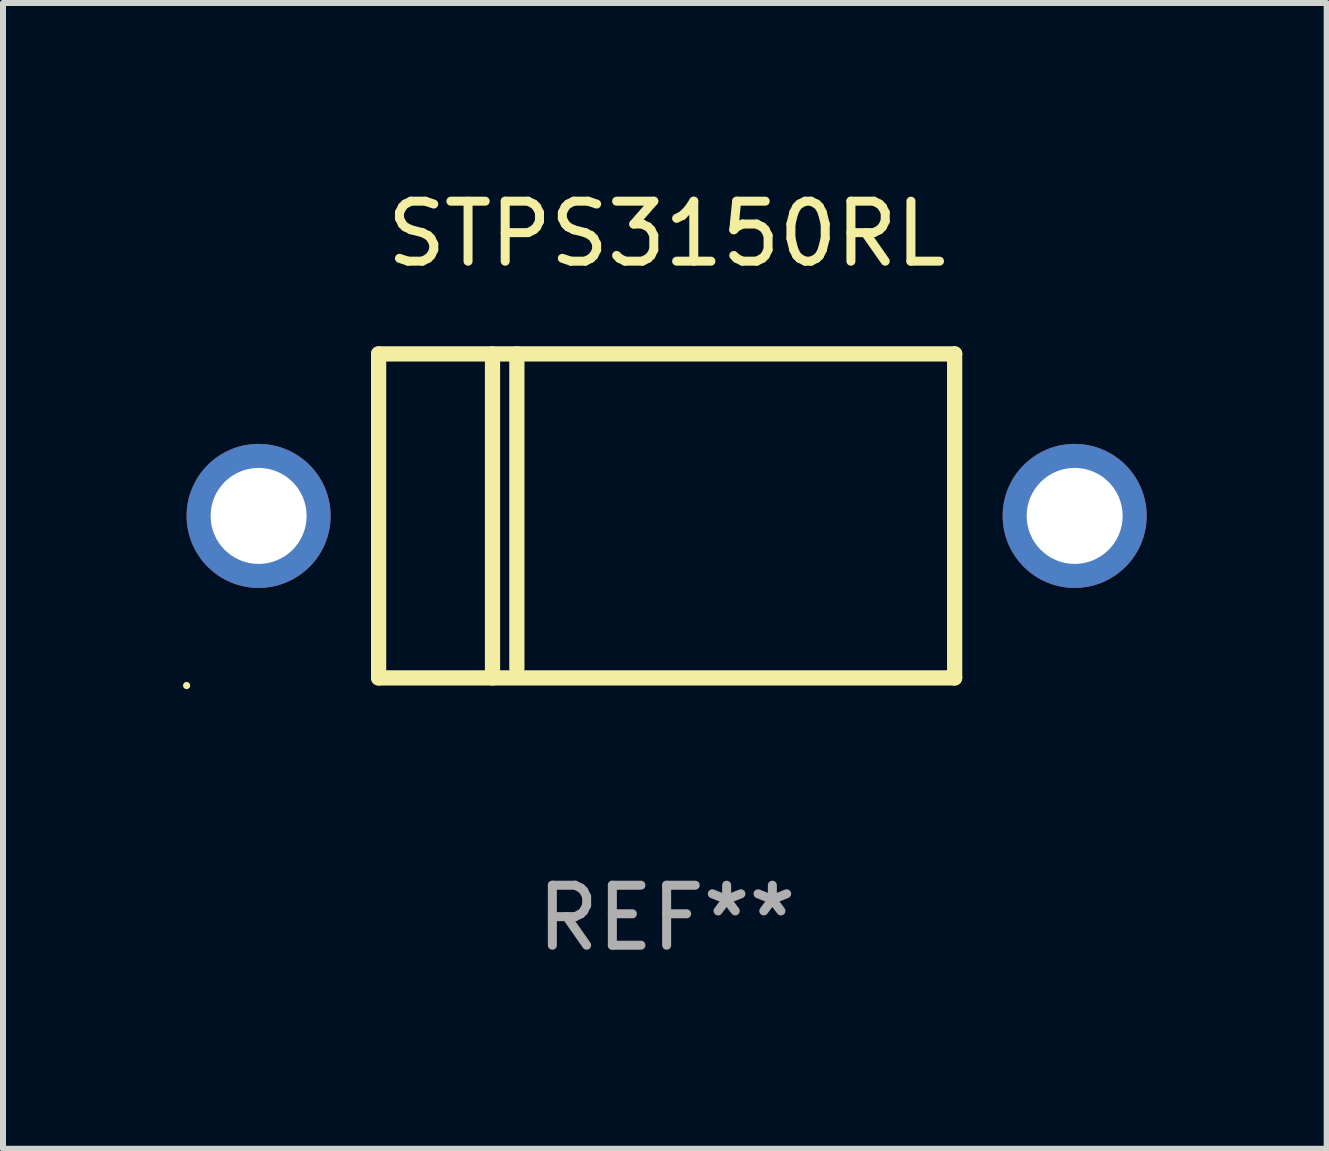
<source format=kicad_pcb>
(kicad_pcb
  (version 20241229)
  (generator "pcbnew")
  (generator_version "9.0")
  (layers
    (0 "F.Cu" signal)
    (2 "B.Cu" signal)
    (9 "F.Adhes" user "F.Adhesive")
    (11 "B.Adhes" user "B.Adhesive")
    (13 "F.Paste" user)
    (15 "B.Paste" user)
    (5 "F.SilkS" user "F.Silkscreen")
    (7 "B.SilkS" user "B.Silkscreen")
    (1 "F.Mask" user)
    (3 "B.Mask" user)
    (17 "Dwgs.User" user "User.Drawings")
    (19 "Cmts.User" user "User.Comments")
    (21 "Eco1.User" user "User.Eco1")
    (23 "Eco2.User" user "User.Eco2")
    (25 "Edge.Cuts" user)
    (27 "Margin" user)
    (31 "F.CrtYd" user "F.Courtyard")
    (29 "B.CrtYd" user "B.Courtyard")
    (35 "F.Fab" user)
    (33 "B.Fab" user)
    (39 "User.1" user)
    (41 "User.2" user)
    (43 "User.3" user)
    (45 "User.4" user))
  (footprint "STPS3150RL"
    (layer "F.Cu")
    (at 8.06 5.548)
    (property "Reference" "STPS3150RL" (at 0 -4.7 0) (layer "F.SilkS") (effects (font (size 1 1) (thickness 0.15))))
    (attr through_hole)
    (fp_line (start -4.8 -2.7) (end -4.8 2.7) (stroke (width 0.254) (type solid)) (layer "F.SilkS"))
    (fp_line (start -4.8 -2.7) (end 4.8 -2.7) (stroke (width 0.254) (type solid)) (layer "F.SilkS"))
    (fp_line (start -2.902 -2.7) (end -2.902 2.7) (stroke (width 0.254) (type solid)) (layer "F.SilkS"))
    (fp_line (start -2.496 -2.7) (end -2.496 2.54) (stroke (width 0.254) (type solid)) (layer "F.SilkS"))
    (fp_line (start 4.8 -2.7) (end 4.8 2.7) (stroke (width 0.254) (type solid)) (layer "F.SilkS"))
    (fp_line (start 4.8 2.7) (end -4.8 2.7) (stroke (width 0.254) (type solid)) (layer "F.SilkS"))
    (fp_circle (center -8 2.827) (end -7.97 2.827) (stroke (width 0.06) (type solid)) (fill no) (layer "F.SilkS"))
    (fp_text user "REF**" (at 0 6.7 0) (layer "F.Fab") (effects (font (size 1 1) (thickness 0.15))))
    (pad "1" thru_hole circle (at -6.8 0) (size 2.4 2.4) (drill 1.6) (layers "*.Cu" "*.Mask"))
    (pad "2" thru_hole circle (at 6.8 0) (size 2.4 2.4) (drill 1.6) (layers "*.Cu" "*.Mask")))
  (gr_rect
    (start -3 -3)
    (end 19.06 16.096)
    (stroke (width 0.1) (type default))
    (fill no)
    (layer "Edge.Cuts")))
</source>
